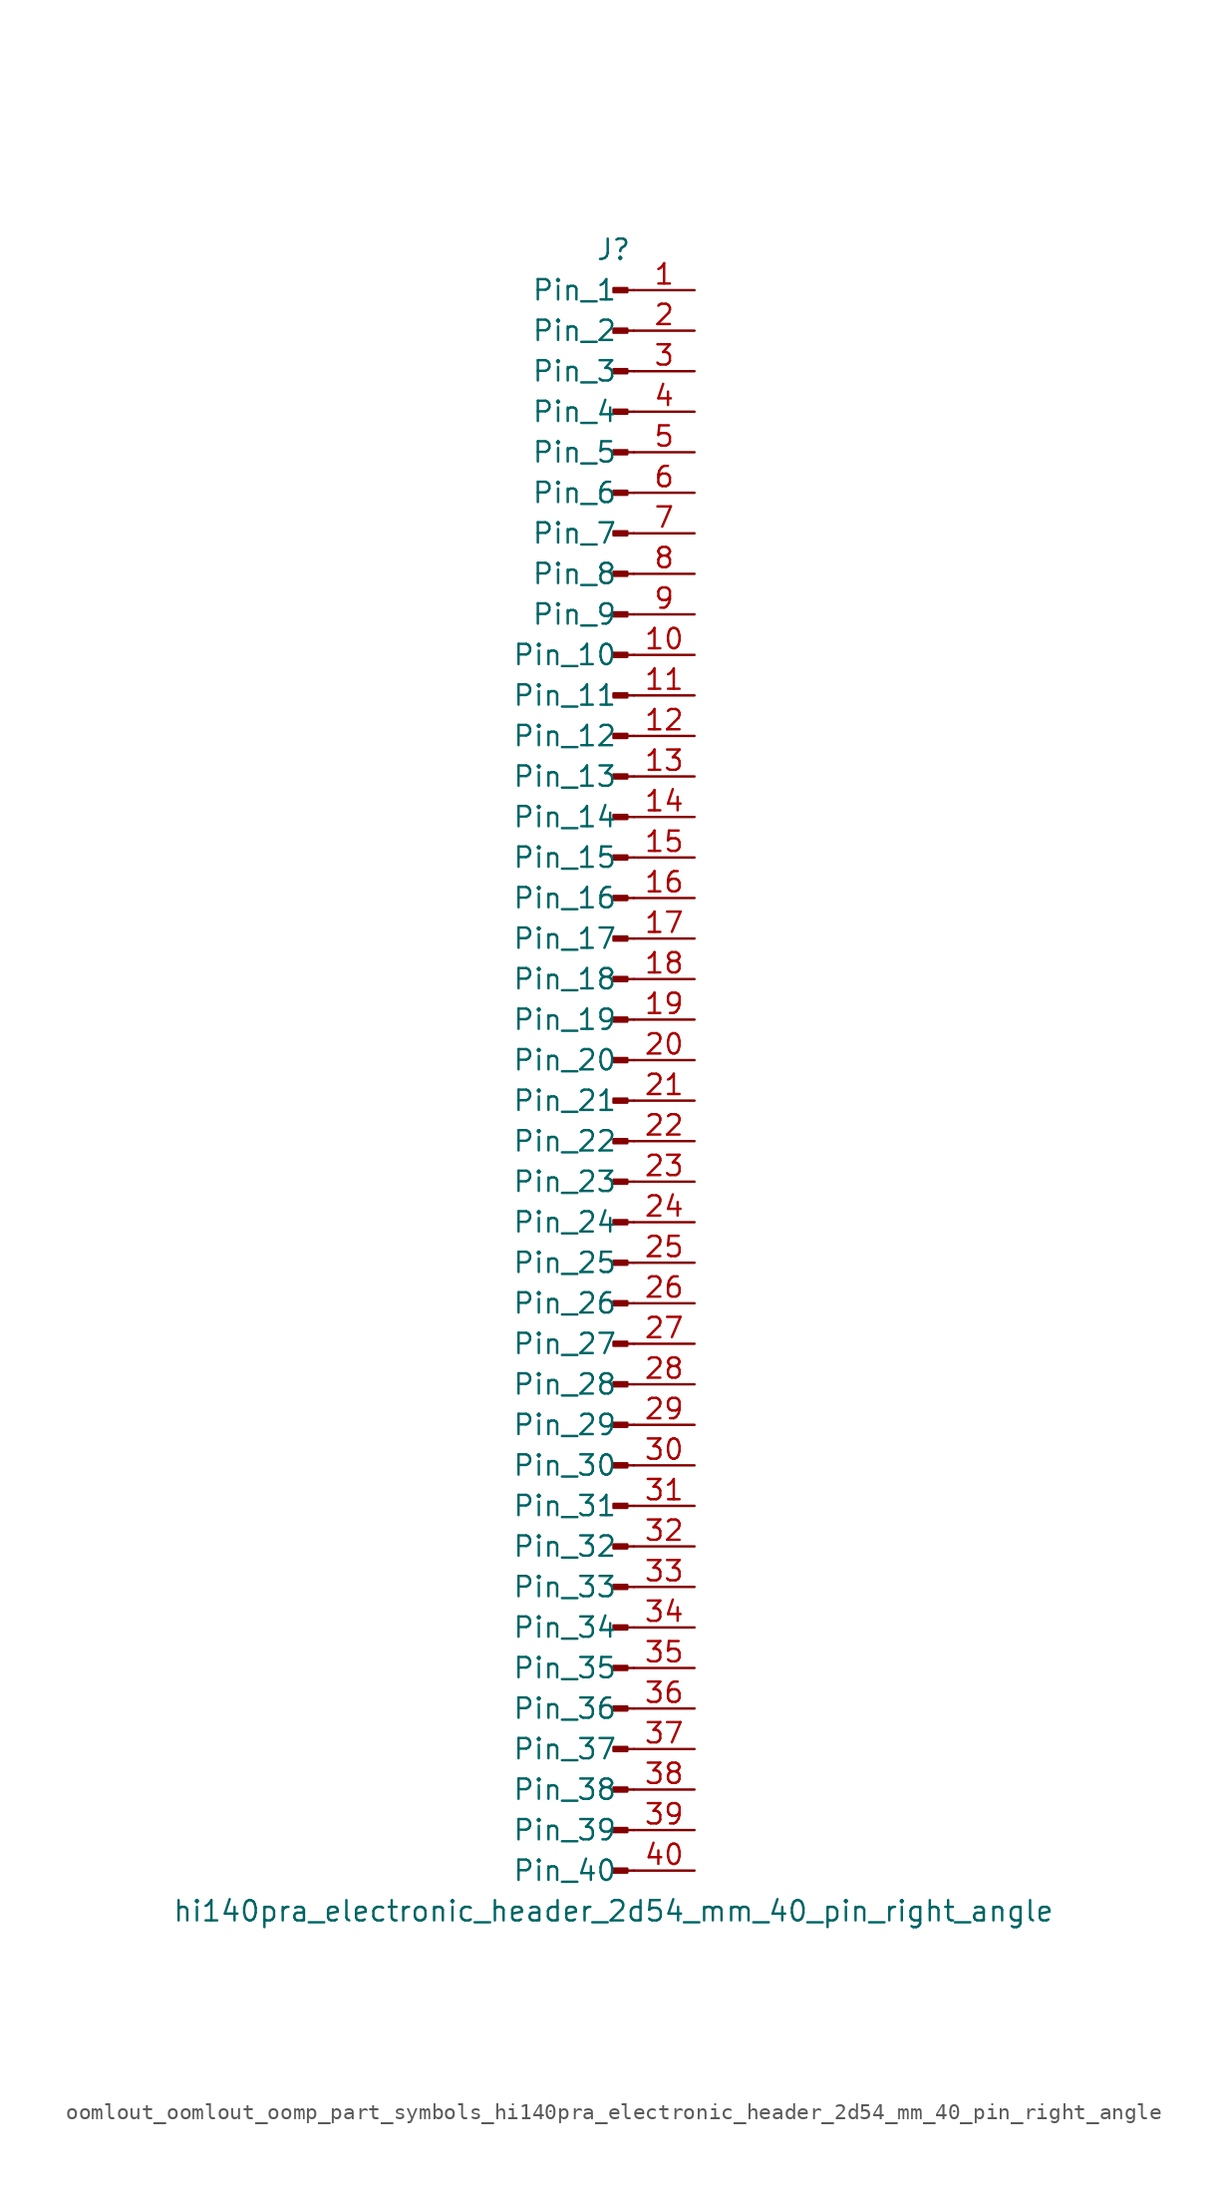
<source format=kicad_sym>
(kicad_symbol_lib
  (version 20220914)
  (generator kicad_symbol_editor)
  (symbol "oomlout_oomlout_oomp_part_symbols_hi140pra_electronic_header_2d54_mm_40_pin_right_angle"
    (pin_names
      (offset 1.016))
    (property "Reference" "J"
      (at 0 50.8 0)
      (effects (font (size 1.27 1.27))))
    (property "Value" "hi140pra_electronic_header_2d54_mm_40_pin_right_angle"
      (at 0 -53.34 0)
      (effects (font (size 1.27 1.27))))
    (property "ki_locked" ""
      (at 0 0 0)
      (effects (font (size 1.27 1.27))))
    (symbol "oomlout_oomlout_oomp_part_symbols_hi140pra_electronic_header_2d54_mm_40_pin_right_angle_1_1"
      (polyline (pts (xy 1.27 -50.8) (xy 0.864 -50.8)) (stroke (width 0.152) (type default)) (fill (type none)))
      (polyline (pts (xy 1.27 -48.26) (xy 0.864 -48.26)) (stroke (width 0.152) (type default)) (fill (type none)))
      (polyline (pts (xy 1.27 -45.72) (xy 0.864 -45.72)) (stroke (width 0.152) (type default)) (fill (type none)))
      (polyline (pts (xy 1.27 -43.18) (xy 0.864 -43.18)) (stroke (width 0.152) (type default)) (fill (type none)))
      (polyline (pts (xy 1.27 -40.64) (xy 0.864 -40.64)) (stroke (width 0.152) (type default)) (fill (type none)))
      (polyline (pts (xy 1.27 -38.1) (xy 0.864 -38.1)) (stroke (width 0.152) (type default)) (fill (type none)))
      (polyline (pts (xy 1.27 -35.56) (xy 0.864 -35.56)) (stroke (width 0.152) (type default)) (fill (type none)))
      (polyline (pts (xy 1.27 -33.02) (xy 0.864 -33.02)) (stroke (width 0.152) (type default)) (fill (type none)))
      (polyline (pts (xy 1.27 -30.48) (xy 0.864 -30.48)) (stroke (width 0.152) (type default)) (fill (type none)))
      (polyline (pts (xy 1.27 -27.94) (xy 0.864 -27.94)) (stroke (width 0.152) (type default)) (fill (type none)))
      (polyline (pts (xy 1.27 -25.4) (xy 0.864 -25.4)) (stroke (width 0.152) (type default)) (fill (type none)))
      (polyline (pts (xy 1.27 -22.86) (xy 0.864 -22.86)) (stroke (width 0.152) (type default)) (fill (type none)))
      (polyline (pts (xy 1.27 -20.32) (xy 0.864 -20.32)) (stroke (width 0.152) (type default)) (fill (type none)))
      (polyline (pts (xy 1.27 -17.78) (xy 0.864 -17.78)) (stroke (width 0.152) (type default)) (fill (type none)))
      (polyline (pts (xy 1.27 -15.24) (xy 0.864 -15.24)) (stroke (width 0.152) (type default)) (fill (type none)))
      (polyline (pts (xy 1.27 -12.7) (xy 0.864 -12.7)) (stroke (width 0.152) (type default)) (fill (type none)))
      (polyline (pts (xy 1.27 -10.16) (xy 0.864 -10.16)) (stroke (width 0.152) (type default)) (fill (type none)))
      (polyline (pts (xy 1.27 -7.62) (xy 0.864 -7.62)) (stroke (width 0.152) (type default)) (fill (type none)))
      (polyline (pts (xy 1.27 -5.08) (xy 0.864 -5.08)) (stroke (width 0.152) (type default)) (fill (type none)))
      (polyline (pts (xy 1.27 -2.54) (xy 0.864 -2.54)) (stroke (width 0.152) (type default)) (fill (type none)))
      (polyline (pts (xy 1.27 0) (xy 0.864 0)) (stroke (width 0.152) (type default)) (fill (type none)))
      (polyline (pts (xy 1.27 2.54) (xy 0.864 2.54)) (stroke (width 0.152) (type default)) (fill (type none)))
      (polyline (pts (xy 1.27 5.08) (xy 0.864 5.08)) (stroke (width 0.152) (type default)) (fill (type none)))
      (polyline (pts (xy 1.27 7.62) (xy 0.864 7.62)) (stroke (width 0.152) (type default)) (fill (type none)))
      (polyline (pts (xy 1.27 10.16) (xy 0.864 10.16)) (stroke (width 0.152) (type default)) (fill (type none)))
      (polyline (pts (xy 1.27 12.7) (xy 0.864 12.7)) (stroke (width 0.152) (type default)) (fill (type none)))
      (polyline (pts (xy 1.27 15.24) (xy 0.864 15.24)) (stroke (width 0.152) (type default)) (fill (type none)))
      (polyline (pts (xy 1.27 17.78) (xy 0.864 17.78)) (stroke (width 0.152) (type default)) (fill (type none)))
      (polyline (pts (xy 1.27 20.32) (xy 0.864 20.32)) (stroke (width 0.152) (type default)) (fill (type none)))
      (polyline (pts (xy 1.27 22.86) (xy 0.864 22.86)) (stroke (width 0.152) (type default)) (fill (type none)))
      (polyline (pts (xy 1.27 25.4) (xy 0.864 25.4)) (stroke (width 0.152) (type default)) (fill (type none)))
      (polyline (pts (xy 1.27 27.94) (xy 0.864 27.94)) (stroke (width 0.152) (type default)) (fill (type none)))
      (polyline (pts (xy 1.27 30.48) (xy 0.864 30.48)) (stroke (width 0.152) (type default)) (fill (type none)))
      (polyline (pts (xy 1.27 33.02) (xy 0.864 33.02)) (stroke (width 0.152) (type default)) (fill (type none)))
      (polyline (pts (xy 1.27 35.56) (xy 0.864 35.56)) (stroke (width 0.152) (type default)) (fill (type none)))
      (polyline (pts (xy 1.27 38.1) (xy 0.864 38.1)) (stroke (width 0.152) (type default)) (fill (type none)))
      (polyline (pts (xy 1.27 40.64) (xy 0.864 40.64)) (stroke (width 0.152) (type default)) (fill (type none)))
      (polyline (pts (xy 1.27 43.18) (xy 0.864 43.18)) (stroke (width 0.152) (type default)) (fill (type none)))
      (polyline (pts (xy 1.27 45.72) (xy 0.864 45.72)) (stroke (width 0.152) (type default)) (fill (type none)))
      (polyline (pts (xy 1.27 48.26) (xy 0.864 48.26)) (stroke (width 0.152) (type default)) (fill (type none)))
      (rectangle (start 0.864 -50.673) (end 0 -50.927) (stroke (width 0.152) (type default)) (fill (type outline)))
      (rectangle (start 0.864 -48.133) (end 0 -48.387) (stroke (width 0.152) (type default)) (fill (type outline)))
      (rectangle (start 0.864 -45.593) (end 0 -45.847) (stroke (width 0.152) (type default)) (fill (type outline)))
      (rectangle (start 0.864 -43.053) (end 0 -43.307) (stroke (width 0.152) (type default)) (fill (type outline)))
      (rectangle (start 0.864 -40.513) (end 0 -40.767) (stroke (width 0.152) (type default)) (fill (type outline)))
      (rectangle (start 0.864 -37.973) (end 0 -38.227) (stroke (width 0.152) (type default)) (fill (type outline)))
      (rectangle (start 0.864 -35.433) (end 0 -35.687) (stroke (width 0.152) (type default)) (fill (type outline)))
      (rectangle (start 0.864 -32.893) (end 0 -33.147) (stroke (width 0.152) (type default)) (fill (type outline)))
      (rectangle (start 0.864 -30.353) (end 0 -30.607) (stroke (width 0.152) (type default)) (fill (type outline)))
      (rectangle (start 0.864 -27.813) (end 0 -28.067) (stroke (width 0.152) (type default)) (fill (type outline)))
      (rectangle (start 0.864 -25.273) (end 0 -25.527) (stroke (width 0.152) (type default)) (fill (type outline)))
      (rectangle (start 0.864 -22.733) (end 0 -22.987) (stroke (width 0.152) (type default)) (fill (type outline)))
      (rectangle (start 0.864 -20.193) (end 0 -20.447) (stroke (width 0.152) (type default)) (fill (type outline)))
      (rectangle (start 0.864 -17.653) (end 0 -17.907) (stroke (width 0.152) (type default)) (fill (type outline)))
      (rectangle (start 0.864 -15.113) (end 0 -15.367) (stroke (width 0.152) (type default)) (fill (type outline)))
      (rectangle (start 0.864 -12.573) (end 0 -12.827) (stroke (width 0.152) (type default)) (fill (type outline)))
      (rectangle (start 0.864 -10.033) (end 0 -10.287) (stroke (width 0.152) (type default)) (fill (type outline)))
      (rectangle (start 0.864 -7.493) (end 0 -7.747) (stroke (width 0.152) (type default)) (fill (type outline)))
      (rectangle (start 0.864 -4.953) (end 0 -5.207) (stroke (width 0.152) (type default)) (fill (type outline)))
      (rectangle (start 0.864 -2.413) (end 0 -2.667) (stroke (width 0.152) (type default)) (fill (type outline)))
      (rectangle (start 0.864 0.127) (end 0 -0.127) (stroke (width 0.152) (type default)) (fill (type outline)))
      (rectangle (start 0.864 2.667) (end 0 2.413) (stroke (width 0.152) (type default)) (fill (type outline)))
      (rectangle (start 0.864 5.207) (end 0 4.953) (stroke (width 0.152) (type default)) (fill (type outline)))
      (rectangle (start 0.864 7.747) (end 0 7.493) (stroke (width 0.152) (type default)) (fill (type outline)))
      (rectangle (start 0.864 10.287) (end 0 10.033) (stroke (width 0.152) (type default)) (fill (type outline)))
      (rectangle (start 0.864 12.827) (end 0 12.573) (stroke (width 0.152) (type default)) (fill (type outline)))
      (rectangle (start 0.864 15.367) (end 0 15.113) (stroke (width 0.152) (type default)) (fill (type outline)))
      (rectangle (start 0.864 17.907) (end 0 17.653) (stroke (width 0.152) (type default)) (fill (type outline)))
      (rectangle (start 0.864 20.447) (end 0 20.193) (stroke (width 0.152) (type default)) (fill (type outline)))
      (rectangle (start 0.864 22.987) (end 0 22.733) (stroke (width 0.152) (type default)) (fill (type outline)))
      (rectangle (start 0.864 25.527) (end 0 25.273) (stroke (width 0.152) (type default)) (fill (type outline)))
      (rectangle (start 0.864 28.067) (end 0 27.813) (stroke (width 0.152) (type default)) (fill (type outline)))
      (rectangle (start 0.864 30.607) (end 0 30.353) (stroke (width 0.152) (type default)) (fill (type outline)))
      (rectangle (start 0.864 33.147) (end 0 32.893) (stroke (width 0.152) (type default)) (fill (type outline)))
      (rectangle (start 0.864 35.687) (end 0 35.433) (stroke (width 0.152) (type default)) (fill (type outline)))
      (rectangle (start 0.864 38.227) (end 0 37.973) (stroke (width 0.152) (type default)) (fill (type outline)))
      (rectangle (start 0.864 40.767) (end 0 40.513) (stroke (width 0.152) (type default)) (fill (type outline)))
      (rectangle (start 0.864 43.307) (end 0 43.053) (stroke (width 0.152) (type default)) (fill (type outline)))
      (rectangle (start 0.864 45.847) (end 0 45.593) (stroke (width 0.152) (type default)) (fill (type outline)))
      (rectangle (start 0.864 48.387) (end 0 48.133) (stroke (width 0.152) (type default)) (fill (type outline)))
      (pin passive line (at 5.08 48.26 180) (length 3.81) (name "Pin_1" (effects (font (size 1.27 1.27)))) (number "1" (effects (font (size 1.27 1.27)))))
      (pin passive line (at 5.08 25.4 180) (length 3.81) (name "Pin_10" (effects (font (size 1.27 1.27)))) (number "10" (effects (font (size 1.27 1.27)))))
      (pin passive line (at 5.08 22.86 180) (length 3.81) (name "Pin_11" (effects (font (size 1.27 1.27)))) (number "11" (effects (font (size 1.27 1.27)))))
      (pin passive line (at 5.08 20.32 180) (length 3.81) (name "Pin_12" (effects (font (size 1.27 1.27)))) (number "12" (effects (font (size 1.27 1.27)))))
      (pin passive line (at 5.08 17.78 180) (length 3.81) (name "Pin_13" (effects (font (size 1.27 1.27)))) (number "13" (effects (font (size 1.27 1.27)))))
      (pin passive line (at 5.08 15.24 180) (length 3.81) (name "Pin_14" (effects (font (size 1.27 1.27)))) (number "14" (effects (font (size 1.27 1.27)))))
      (pin passive line (at 5.08 12.7 180) (length 3.81) (name "Pin_15" (effects (font (size 1.27 1.27)))) (number "15" (effects (font (size 1.27 1.27)))))
      (pin passive line (at 5.08 10.16 180) (length 3.81) (name "Pin_16" (effects (font (size 1.27 1.27)))) (number "16" (effects (font (size 1.27 1.27)))))
      (pin passive line (at 5.08 7.62 180) (length 3.81) (name "Pin_17" (effects (font (size 1.27 1.27)))) (number "17" (effects (font (size 1.27 1.27)))))
      (pin passive line (at 5.08 5.08 180) (length 3.81) (name "Pin_18" (effects (font (size 1.27 1.27)))) (number "18" (effects (font (size 1.27 1.27)))))
      (pin passive line (at 5.08 2.54 180) (length 3.81) (name "Pin_19" (effects (font (size 1.27 1.27)))) (number "19" (effects (font (size 1.27 1.27)))))
      (pin passive line (at 5.08 45.72 180) (length 3.81) (name "Pin_2" (effects (font (size 1.27 1.27)))) (number "2" (effects (font (size 1.27 1.27)))))
      (pin passive line (at 5.08 0 180) (length 3.81) (name "Pin_20" (effects (font (size 1.27 1.27)))) (number "20" (effects (font (size 1.27 1.27)))))
      (pin passive line (at 5.08 -2.54 180) (length 3.81) (name "Pin_21" (effects (font (size 1.27 1.27)))) (number "21" (effects (font (size 1.27 1.27)))))
      (pin passive line (at 5.08 -5.08 180) (length 3.81) (name "Pin_22" (effects (font (size 1.27 1.27)))) (number "22" (effects (font (size 1.27 1.27)))))
      (pin passive line (at 5.08 -7.62 180) (length 3.81) (name "Pin_23" (effects (font (size 1.27 1.27)))) (number "23" (effects (font (size 1.27 1.27)))))
      (pin passive line (at 5.08 -10.16 180) (length 3.81) (name "Pin_24" (effects (font (size 1.27 1.27)))) (number "24" (effects (font (size 1.27 1.27)))))
      (pin passive line (at 5.08 -12.7 180) (length 3.81) (name "Pin_25" (effects (font (size 1.27 1.27)))) (number "25" (effects (font (size 1.27 1.27)))))
      (pin passive line (at 5.08 -15.24 180) (length 3.81) (name "Pin_26" (effects (font (size 1.27 1.27)))) (number "26" (effects (font (size 1.27 1.27)))))
      (pin passive line (at 5.08 -17.78 180) (length 3.81) (name "Pin_27" (effects (font (size 1.27 1.27)))) (number "27" (effects (font (size 1.27 1.27)))))
      (pin passive line (at 5.08 -20.32 180) (length 3.81) (name "Pin_28" (effects (font (size 1.27 1.27)))) (number "28" (effects (font (size 1.27 1.27)))))
      (pin passive line (at 5.08 -22.86 180) (length 3.81) (name "Pin_29" (effects (font (size 1.27 1.27)))) (number "29" (effects (font (size 1.27 1.27)))))
      (pin passive line (at 5.08 43.18 180) (length 3.81) (name "Pin_3" (effects (font (size 1.27 1.27)))) (number "3" (effects (font (size 1.27 1.27)))))
      (pin passive line (at 5.08 -25.4 180) (length 3.81) (name "Pin_30" (effects (font (size 1.27 1.27)))) (number "30" (effects (font (size 1.27 1.27)))))
      (pin passive line (at 5.08 -27.94 180) (length 3.81) (name "Pin_31" (effects (font (size 1.27 1.27)))) (number "31" (effects (font (size 1.27 1.27)))))
      (pin passive line (at 5.08 -30.48 180) (length 3.81) (name "Pin_32" (effects (font (size 1.27 1.27)))) (number "32" (effects (font (size 1.27 1.27)))))
      (pin passive line (at 5.08 -33.02 180) (length 3.81) (name "Pin_33" (effects (font (size 1.27 1.27)))) (number "33" (effects (font (size 1.27 1.27)))))
      (pin passive line (at 5.08 -35.56 180) (length 3.81) (name "Pin_34" (effects (font (size 1.27 1.27)))) (number "34" (effects (font (size 1.27 1.27)))))
      (pin passive line (at 5.08 -38.1 180) (length 3.81) (name "Pin_35" (effects (font (size 1.27 1.27)))) (number "35" (effects (font (size 1.27 1.27)))))
      (pin passive line (at 5.08 -40.64 180) (length 3.81) (name "Pin_36" (effects (font (size 1.27 1.27)))) (number "36" (effects (font (size 1.27 1.27)))))
      (pin passive line (at 5.08 -43.18 180) (length 3.81) (name "Pin_37" (effects (font (size 1.27 1.27)))) (number "37" (effects (font (size 1.27 1.27)))))
      (pin passive line (at 5.08 -45.72 180) (length 3.81) (name "Pin_38" (effects (font (size 1.27 1.27)))) (number "38" (effects (font (size 1.27 1.27)))))
      (pin passive line (at 5.08 -48.26 180) (length 3.81) (name "Pin_39" (effects (font (size 1.27 1.27)))) (number "39" (effects (font (size 1.27 1.27)))))
      (pin passive line (at 5.08 40.64 180) (length 3.81) (name "Pin_4" (effects (font (size 1.27 1.27)))) (number "4" (effects (font (size 1.27 1.27)))))
      (pin passive line (at 5.08 -50.8 180) (length 3.81) (name "Pin_40" (effects (font (size 1.27 1.27)))) (number "40" (effects (font (size 1.27 1.27)))))
      (pin passive line (at 5.08 38.1 180) (length 3.81) (name "Pin_5" (effects (font (size 1.27 1.27)))) (number "5" (effects (font (size 1.27 1.27)))))
      (pin passive line (at 5.08 35.56 180) (length 3.81) (name "Pin_6" (effects (font (size 1.27 1.27)))) (number "6" (effects (font (size 1.27 1.27)))))
      (pin passive line (at 5.08 33.02 180) (length 3.81) (name "Pin_7" (effects (font (size 1.27 1.27)))) (number "7" (effects (font (size 1.27 1.27)))))
      (pin passive line (at 5.08 30.48 180) (length 3.81) (name "Pin_8" (effects (font (size 1.27 1.27)))) (number "8" (effects (font (size 1.27 1.27)))))
      (pin passive line (at 5.08 27.94 180) (length 3.81) (name "Pin_9" (effects (font (size 1.27 1.27)))) (number "9" (effects (font (size 1.27 1.27))))))))
</source>
